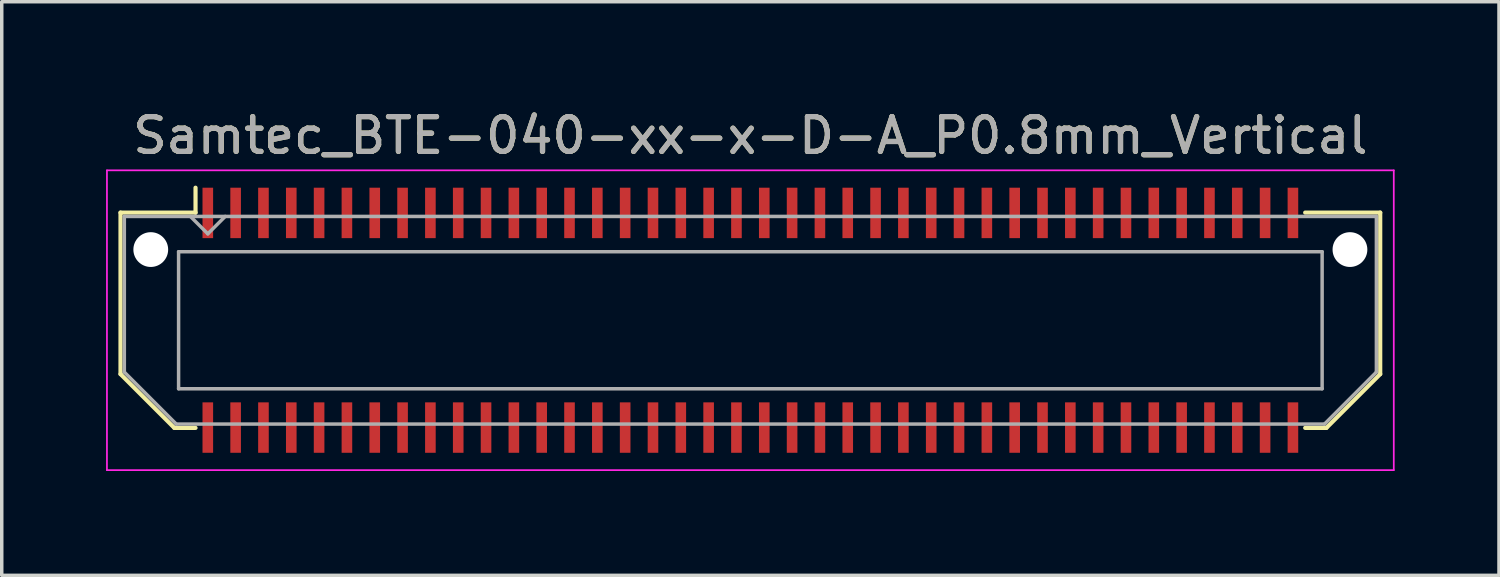
<source format=kicad_pcb>
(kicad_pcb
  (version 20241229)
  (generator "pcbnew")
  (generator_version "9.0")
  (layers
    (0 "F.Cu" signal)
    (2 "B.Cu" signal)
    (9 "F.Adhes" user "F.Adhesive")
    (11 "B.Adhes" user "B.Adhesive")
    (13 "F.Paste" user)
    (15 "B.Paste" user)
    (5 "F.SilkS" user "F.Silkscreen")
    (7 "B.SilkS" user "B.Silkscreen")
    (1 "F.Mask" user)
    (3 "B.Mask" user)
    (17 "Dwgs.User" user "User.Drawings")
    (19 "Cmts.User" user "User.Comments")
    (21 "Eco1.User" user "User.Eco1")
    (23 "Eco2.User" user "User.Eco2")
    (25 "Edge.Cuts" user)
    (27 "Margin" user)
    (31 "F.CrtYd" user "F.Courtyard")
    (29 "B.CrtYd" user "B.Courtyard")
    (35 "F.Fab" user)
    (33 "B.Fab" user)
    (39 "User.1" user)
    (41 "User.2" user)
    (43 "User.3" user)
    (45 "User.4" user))
  (footprint "Samtec_BTE-040-xx-x-D-A_P0.8mm_Vertical"
    (layer "F.Cu")
    (at 18.525 6.158)
    (property "Reference" "Samtec_BTE-040-xx-x-D-A_P0.8mm_Vertical" (at 0 -5.31 0) (layer "F.SilkS") (effects (font (size 1 1) (thickness 0.15))))
    (attr smd)
    (fp_line (start -18.11 -3.095) (end -18.11 1.548) (stroke (width 0.12) (type solid)) (layer "F.SilkS"))
    (fp_line (start -18.11 1.548) (end -16.562 3.095) (stroke (width 0.12) (type solid)) (layer "F.SilkS"))
    (fp_line (start -16.562 3.095) (end -15.953 3.095) (stroke (width 0.12) (type solid)) (layer "F.SilkS"))
    (fp_line (start -15.953 -3.811) (end -15.953 -3.095) (stroke (width 0.12) (type solid)) (layer "F.SilkS"))
    (fp_line (start -15.953 -3.095) (end -18.11 -3.095) (stroke (width 0.12) (type solid)) (layer "F.SilkS"))
    (fp_line (start 15.953 -3.095) (end 18.11 -3.095) (stroke (width 0.12) (type solid)) (layer "F.SilkS"))
    (fp_line (start 16.562 3.095) (end 15.953 3.095) (stroke (width 0.12) (type solid)) (layer "F.SilkS"))
    (fp_line (start 18.11 -3.095) (end 18.11 1.548) (stroke (width 0.12) (type solid)) (layer "F.SilkS"))
    (fp_line (start 18.11 1.548) (end 16.562 3.095) (stroke (width 0.12) (type solid)) (layer "F.SilkS"))
    (fp_line (start -18.5 -4.31) (end -18.5 4.31) (stroke (width 0.05) (type solid)) (layer "F.CrtYd"))
    (fp_line (start -18.5 4.31) (end 18.5 4.31) (stroke (width 0.05) (type solid)) (layer "F.CrtYd"))
    (fp_line (start 18.5 -4.31) (end -18.5 -4.31) (stroke (width 0.05) (type solid)) (layer "F.CrtYd"))
    (fp_line (start 18.5 4.31) (end 18.5 -4.31) (stroke (width 0.05) (type solid)) (layer "F.CrtYd"))
    (fp_line (start -18 -2.985) (end -18 1.492) (stroke (width 0.1) (type solid)) (layer "F.Fab"))
    (fp_line (start -18 -2.985) (end 18 -2.985) (stroke (width 0.1) (type solid)) (layer "F.Fab"))
    (fp_line (start -18 1.492) (end -16.508 2.985) (stroke (width 0.1) (type solid)) (layer "F.Fab"))
    (fp_line (start -16.508 2.985) (end 16.508 2.985) (stroke (width 0.1) (type solid)) (layer "F.Fab"))
    (fp_line (start -16.44 -1.97) (end -16.44 1.97) (stroke (width 0.1) (type solid)) (layer "F.Fab"))
    (fp_line (start -16.44 1.97) (end 16.44 1.97) (stroke (width 0.1) (type solid)) (layer "F.Fab"))
    (fp_line (start -15.6 -2.485) (end -16.1 -2.985) (stroke (width 0.1) (type solid)) (layer "F.Fab"))
    (fp_line (start -15.1 -2.985) (end -15.6 -2.485) (stroke (width 0.1) (type solid)) (layer "F.Fab"))
    (fp_line (start 16.44 -1.97) (end -16.44 -1.97) (stroke (width 0.1) (type solid)) (layer "F.Fab"))
    (fp_line (start 16.44 1.97) (end 16.44 -1.97) (stroke (width 0.1) (type solid)) (layer "F.Fab"))
    (fp_line (start 18 -2.985) (end 18 1.492) (stroke (width 0.1) (type solid)) (layer "F.Fab"))
    (fp_line (start 18 1.492) (end 16.508 2.985) (stroke (width 0.1) (type solid)) (layer "F.Fab"))
    (fp_text user "${REFERENCE}" (at 0 -5.31 0) (layer "F.Fab") (effects (font (size 1 1) (thickness 0.15))))
    (pad "" np_thru_hole circle (at -17.24 -2.032) (size 1 1) (drill 1) (layers "*.Cu" "*.Mask"))
    (pad "" np_thru_hole circle (at 17.24 -2.032) (size 1 1) (drill 1) (layers "*.Cu" "*.Mask"))
    (pad "1" smd rect (at -15.6 -3.086) (size 0.305 1.45) (layers "F.Cu" "F.Mask" "F.Paste"))
    (pad "2" smd rect (at -15.6 3.086) (size 0.305 1.45) (layers "F.Cu" "F.Mask" "F.Paste"))
    (pad "3" smd rect (at -14.8 -3.086) (size 0.305 1.45) (layers "F.Cu" "F.Mask" "F.Paste"))
    (pad "4" smd rect (at -14.8 3.086) (size 0.305 1.45) (layers "F.Cu" "F.Mask" "F.Paste"))
    (pad "5" smd rect (at -14 -3.086) (size 0.305 1.45) (layers "F.Cu" "F.Mask" "F.Paste"))
    (pad "6" smd rect (at -14 3.086) (size 0.305 1.45) (layers "F.Cu" "F.Mask" "F.Paste"))
    (pad "7" smd rect (at -13.2 -3.086) (size 0.305 1.45) (layers "F.Cu" "F.Mask" "F.Paste"))
    (pad "8" smd rect (at -13.2 3.086) (size 0.305 1.45) (layers "F.Cu" "F.Mask" "F.Paste"))
    (pad "9" smd rect (at -12.4 -3.086) (size 0.305 1.45) (layers "F.Cu" "F.Mask" "F.Paste"))
    (pad "10" smd rect (at -12.4 3.086) (size 0.305 1.45) (layers "F.Cu" "F.Mask" "F.Paste"))
    (pad "11" smd rect (at -11.6 -3.086) (size 0.305 1.45) (layers "F.Cu" "F.Mask" "F.Paste"))
    (pad "12" smd rect (at -11.6 3.086) (size 0.305 1.45) (layers "F.Cu" "F.Mask" "F.Paste"))
    (pad "13" smd rect (at -10.8 -3.086) (size 0.305 1.45) (layers "F.Cu" "F.Mask" "F.Paste"))
    (pad "14" smd rect (at -10.8 3.086) (size 0.305 1.45) (layers "F.Cu" "F.Mask" "F.Paste"))
    (pad "15" smd rect (at -10 -3.086) (size 0.305 1.45) (layers "F.Cu" "F.Mask" "F.Paste"))
    (pad "16" smd rect (at -10 3.086) (size 0.305 1.45) (layers "F.Cu" "F.Mask" "F.Paste"))
    (pad "17" smd rect (at -9.2 -3.086) (size 0.305 1.45) (layers "F.Cu" "F.Mask" "F.Paste"))
    (pad "18" smd rect (at -9.2 3.086) (size 0.305 1.45) (layers "F.Cu" "F.Mask" "F.Paste"))
    (pad "19" smd rect (at -8.4 -3.086) (size 0.305 1.45) (layers "F.Cu" "F.Mask" "F.Paste"))
    (pad "20" smd rect (at -8.4 3.086) (size 0.305 1.45) (layers "F.Cu" "F.Mask" "F.Paste"))
    (pad "21" smd rect (at -7.6 -3.086) (size 0.305 1.45) (layers "F.Cu" "F.Mask" "F.Paste"))
    (pad "22" smd rect (at -7.6 3.086) (size 0.305 1.45) (layers "F.Cu" "F.Mask" "F.Paste"))
    (pad "23" smd rect (at -6.8 -3.086) (size 0.305 1.45) (layers "F.Cu" "F.Mask" "F.Paste"))
    (pad "24" smd rect (at -6.8 3.086) (size 0.305 1.45) (layers "F.Cu" "F.Mask" "F.Paste"))
    (pad "25" smd rect (at -6 -3.086) (size 0.305 1.45) (layers "F.Cu" "F.Mask" "F.Paste"))
    (pad "26" smd rect (at -6 3.086) (size 0.305 1.45) (layers "F.Cu" "F.Mask" "F.Paste"))
    (pad "27" smd rect (at -5.2 -3.086) (size 0.305 1.45) (layers "F.Cu" "F.Mask" "F.Paste"))
    (pad "28" smd rect (at -5.2 3.086) (size 0.305 1.45) (layers "F.Cu" "F.Mask" "F.Paste"))
    (pad "29" smd rect (at -4.4 -3.086) (size 0.305 1.45) (layers "F.Cu" "F.Mask" "F.Paste"))
    (pad "30" smd rect (at -4.4 3.086) (size 0.305 1.45) (layers "F.Cu" "F.Mask" "F.Paste"))
    (pad "31" smd rect (at -3.6 -3.086) (size 0.305 1.45) (layers "F.Cu" "F.Mask" "F.Paste"))
    (pad "32" smd rect (at -3.6 3.086) (size 0.305 1.45) (layers "F.Cu" "F.Mask" "F.Paste"))
    (pad "33" smd rect (at -2.8 -3.086) (size 0.305 1.45) (layers "F.Cu" "F.Mask" "F.Paste"))
    (pad "34" smd rect (at -2.8 3.086) (size 0.305 1.45) (layers "F.Cu" "F.Mask" "F.Paste"))
    (pad "35" smd rect (at -2 -3.086) (size 0.305 1.45) (layers "F.Cu" "F.Mask" "F.Paste"))
    (pad "36" smd rect (at -2 3.086) (size 0.305 1.45) (layers "F.Cu" "F.Mask" "F.Paste"))
    (pad "37" smd rect (at -1.2 -3.086) (size 0.305 1.45) (layers "F.Cu" "F.Mask" "F.Paste"))
    (pad "38" smd rect (at -1.2 3.086) (size 0.305 1.45) (layers "F.Cu" "F.Mask" "F.Paste"))
    (pad "39" smd rect (at -0.4 -3.086) (size 0.305 1.45) (layers "F.Cu" "F.Mask" "F.Paste"))
    (pad "40" smd rect (at -0.4 3.086) (size 0.305 1.45) (layers "F.Cu" "F.Mask" "F.Paste"))
    (pad "41" smd rect (at 0.4 -3.086) (size 0.305 1.45) (layers "F.Cu" "F.Mask" "F.Paste"))
    (pad "42" smd rect (at 0.4 3.086) (size 0.305 1.45) (layers "F.Cu" "F.Mask" "F.Paste"))
    (pad "43" smd rect (at 1.2 -3.086) (size 0.305 1.45) (layers "F.Cu" "F.Mask" "F.Paste"))
    (pad "44" smd rect (at 1.2 3.086) (size 0.305 1.45) (layers "F.Cu" "F.Mask" "F.Paste"))
    (pad "45" smd rect (at 2 -3.086) (size 0.305 1.45) (layers "F.Cu" "F.Mask" "F.Paste"))
    (pad "46" smd rect (at 2 3.086) (size 0.305 1.45) (layers "F.Cu" "F.Mask" "F.Paste"))
    (pad "47" smd rect (at 2.8 -3.086) (size 0.305 1.45) (layers "F.Cu" "F.Mask" "F.Paste"))
    (pad "48" smd rect (at 2.8 3.086) (size 0.305 1.45) (layers "F.Cu" "F.Mask" "F.Paste"))
    (pad "49" smd rect (at 3.6 -3.086) (size 0.305 1.45) (layers "F.Cu" "F.Mask" "F.Paste"))
    (pad "50" smd rect (at 3.6 3.086) (size 0.305 1.45) (layers "F.Cu" "F.Mask" "F.Paste"))
    (pad "51" smd rect (at 4.4 -3.086) (size 0.305 1.45) (layers "F.Cu" "F.Mask" "F.Paste"))
    (pad "52" smd rect (at 4.4 3.086) (size 0.305 1.45) (layers "F.Cu" "F.Mask" "F.Paste"))
    (pad "53" smd rect (at 5.2 -3.086) (size 0.305 1.45) (layers "F.Cu" "F.Mask" "F.Paste"))
    (pad "54" smd rect (at 5.2 3.086) (size 0.305 1.45) (layers "F.Cu" "F.Mask" "F.Paste"))
    (pad "55" smd rect (at 6 -3.086) (size 0.305 1.45) (layers "F.Cu" "F.Mask" "F.Paste"))
    (pad "56" smd rect (at 6 3.086) (size 0.305 1.45) (layers "F.Cu" "F.Mask" "F.Paste"))
    (pad "57" smd rect (at 6.8 -3.086) (size 0.305 1.45) (layers "F.Cu" "F.Mask" "F.Paste"))
    (pad "58" smd rect (at 6.8 3.086) (size 0.305 1.45) (layers "F.Cu" "F.Mask" "F.Paste"))
    (pad "59" smd rect (at 7.6 -3.086) (size 0.305 1.45) (layers "F.Cu" "F.Mask" "F.Paste"))
    (pad "60" smd rect (at 7.6 3.086) (size 0.305 1.45) (layers "F.Cu" "F.Mask" "F.Paste"))
    (pad "61" smd rect (at 8.4 -3.086) (size 0.305 1.45) (layers "F.Cu" "F.Mask" "F.Paste"))
    (pad "62" smd rect (at 8.4 3.086) (size 0.305 1.45) (layers "F.Cu" "F.Mask" "F.Paste"))
    (pad "63" smd rect (at 9.2 -3.086) (size 0.305 1.45) (layers "F.Cu" "F.Mask" "F.Paste"))
    (pad "64" smd rect (at 9.2 3.086) (size 0.305 1.45) (layers "F.Cu" "F.Mask" "F.Paste"))
    (pad "65" smd rect (at 10 -3.086) (size 0.305 1.45) (layers "F.Cu" "F.Mask" "F.Paste"))
    (pad "66" smd rect (at 10 3.086) (size 0.305 1.45) (layers "F.Cu" "F.Mask" "F.Paste"))
    (pad "67" smd rect (at 10.8 -3.086) (size 0.305 1.45) (layers "F.Cu" "F.Mask" "F.Paste"))
    (pad "68" smd rect (at 10.8 3.086) (size 0.305 1.45) (layers "F.Cu" "F.Mask" "F.Paste"))
    (pad "69" smd rect (at 11.6 -3.086) (size 0.305 1.45) (layers "F.Cu" "F.Mask" "F.Paste"))
    (pad "70" smd rect (at 11.6 3.086) (size 0.305 1.45) (layers "F.Cu" "F.Mask" "F.Paste"))
    (pad "71" smd rect (at 12.4 -3.086) (size 0.305 1.45) (layers "F.Cu" "F.Mask" "F.Paste"))
    (pad "72" smd rect (at 12.4 3.086) (size 0.305 1.45) (layers "F.Cu" "F.Mask" "F.Paste"))
    (pad "73" smd rect (at 13.2 -3.086) (size 0.305 1.45) (layers "F.Cu" "F.Mask" "F.Paste"))
    (pad "74" smd rect (at 13.2 3.086) (size 0.305 1.45) (layers "F.Cu" "F.Mask" "F.Paste"))
    (pad "75" smd rect (at 14 -3.086) (size 0.305 1.45) (layers "F.Cu" "F.Mask" "F.Paste"))
    (pad "76" smd rect (at 14 3.086) (size 0.305 1.45) (layers "F.Cu" "F.Mask" "F.Paste"))
    (pad "77" smd rect (at 14.8 -3.086) (size 0.305 1.45) (layers "F.Cu" "F.Mask" "F.Paste"))
    (pad "78" smd rect (at 14.8 3.086) (size 0.305 1.45) (layers "F.Cu" "F.Mask" "F.Paste"))
    (pad "79" smd rect (at 15.6 -3.086) (size 0.305 1.45) (layers "F.Cu" "F.Mask" "F.Paste"))
    (pad "80" smd rect (at 15.6 3.086) (size 0.305 1.45) (layers "F.Cu" "F.Mask" "F.Paste")))
  (gr_rect
    (start -3 -3)
    (end 40.05 13.493)
    (stroke (width 0.1) (type default))
    (fill no)
    (layer "Edge.Cuts")))
</source>
